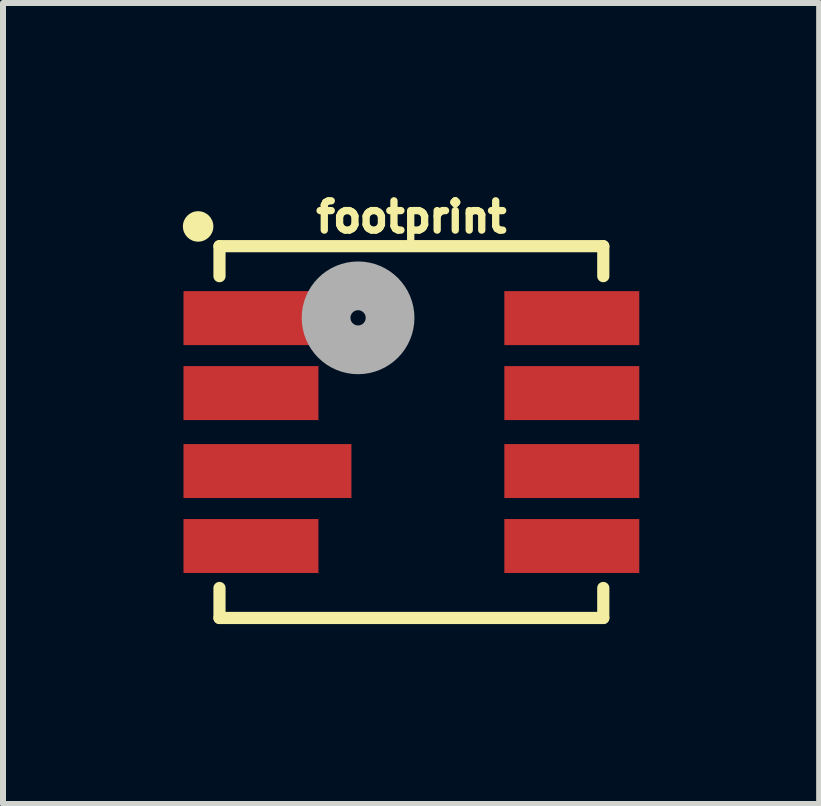
<source format=kicad_pcb>
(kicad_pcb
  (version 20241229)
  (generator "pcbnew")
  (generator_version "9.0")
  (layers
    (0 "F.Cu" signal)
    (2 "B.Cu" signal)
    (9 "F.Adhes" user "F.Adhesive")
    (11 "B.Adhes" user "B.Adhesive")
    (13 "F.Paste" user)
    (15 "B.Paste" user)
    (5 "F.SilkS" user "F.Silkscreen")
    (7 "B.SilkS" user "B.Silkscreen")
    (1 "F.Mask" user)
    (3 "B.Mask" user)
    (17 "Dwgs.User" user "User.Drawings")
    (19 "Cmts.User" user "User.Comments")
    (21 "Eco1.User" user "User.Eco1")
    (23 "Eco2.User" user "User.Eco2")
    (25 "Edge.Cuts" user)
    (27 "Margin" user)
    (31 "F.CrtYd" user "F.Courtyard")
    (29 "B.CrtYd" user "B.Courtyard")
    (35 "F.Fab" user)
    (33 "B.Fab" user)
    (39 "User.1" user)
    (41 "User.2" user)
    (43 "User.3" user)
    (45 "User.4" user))
  (footprint "footprint"
    (layer "F.Cu")
    (at 3.81 4.155)
    (property "Reference" "footprint" (at 0 -3.302 0) (layer "F.SilkS") (effects (font (size 0.488 0.488) (thickness 0.122)) (justify bottom)))
    (fp_line (start -3.2 -3.1) (end -3.2 -2.6) (stroke (width 0.203) (type solid)) (layer "F.SilkS"))
    (fp_line (start -3.2 -3.1) (end 3.2 -3.1) (stroke (width 0.203) (type solid)) (layer "F.SilkS"))
    (fp_line (start -3.2 3.1) (end -3.2 2.6) (stroke (width 0.203) (type solid)) (layer "F.SilkS"))
    (fp_line (start 3.2 -3.1) (end 3.2 -2.6) (stroke (width 0.203) (type solid)) (layer "F.SilkS"))
    (fp_line (start 3.2 3.1) (end -3.2 3.1) (stroke (width 0.203) (type solid)) (layer "F.SilkS"))
    (fp_line (start 3.2 3.1) (end 3.2 2.6) (stroke (width 0.203) (type solid)) (layer "F.SilkS"))
    (fp_circle (center -3.556 -3.429) (end -3.429 -3.429) (stroke (width 0.254) (type solid)) (fill yes) (layer "F.SilkS"))
    (fp_circle (center -0.889 -1.905) (end -0.762 -1.905) (stroke (width 0.813) (type solid)) (fill no) (layer "F.Fab"))
    (pad "1" smd rect (at -2.675 -1.9 90) (size 0.9 2.25) (layers "F.Cu" "F.Mask" "F.Paste"))
    (pad "2" smd rect (at -2.675 -0.65 90) (size 0.9 2.25) (layers "F.Cu" "F.Mask" "F.Paste"))
    (pad "3" smd rect (at -2.4 0.65 90) (size 0.9 2.8) (layers "F.Cu" "F.Mask" "F.Paste"))
    (pad "4" smd rect (at -2.675 1.9 90) (size 0.9 2.25) (layers "F.Cu" "F.Mask" "F.Paste"))
    (pad "5" smd rect (at 2.675 1.9 90) (size 0.9 2.25) (layers "F.Cu" "F.Mask" "F.Paste"))
    (pad "6" smd rect (at 2.675 0.65 90) (size 0.9 2.25) (layers "F.Cu" "F.Mask" "F.Paste"))
    (pad "7" smd rect (at 2.675 -0.65 90) (size 0.9 2.25) (layers "F.Cu" "F.Mask" "F.Paste"))
    (pad "8" smd rect (at 2.675 -1.9 90) (size 0.9 2.25) (layers "F.Cu" "F.Mask" "F.Paste")))
  (gr_rect
    (start -3 -3)
    (end 10.61 10.357)
    (stroke (width 0.1) (type default))
    (fill no)
    (layer "Edge.Cuts")))
</source>
